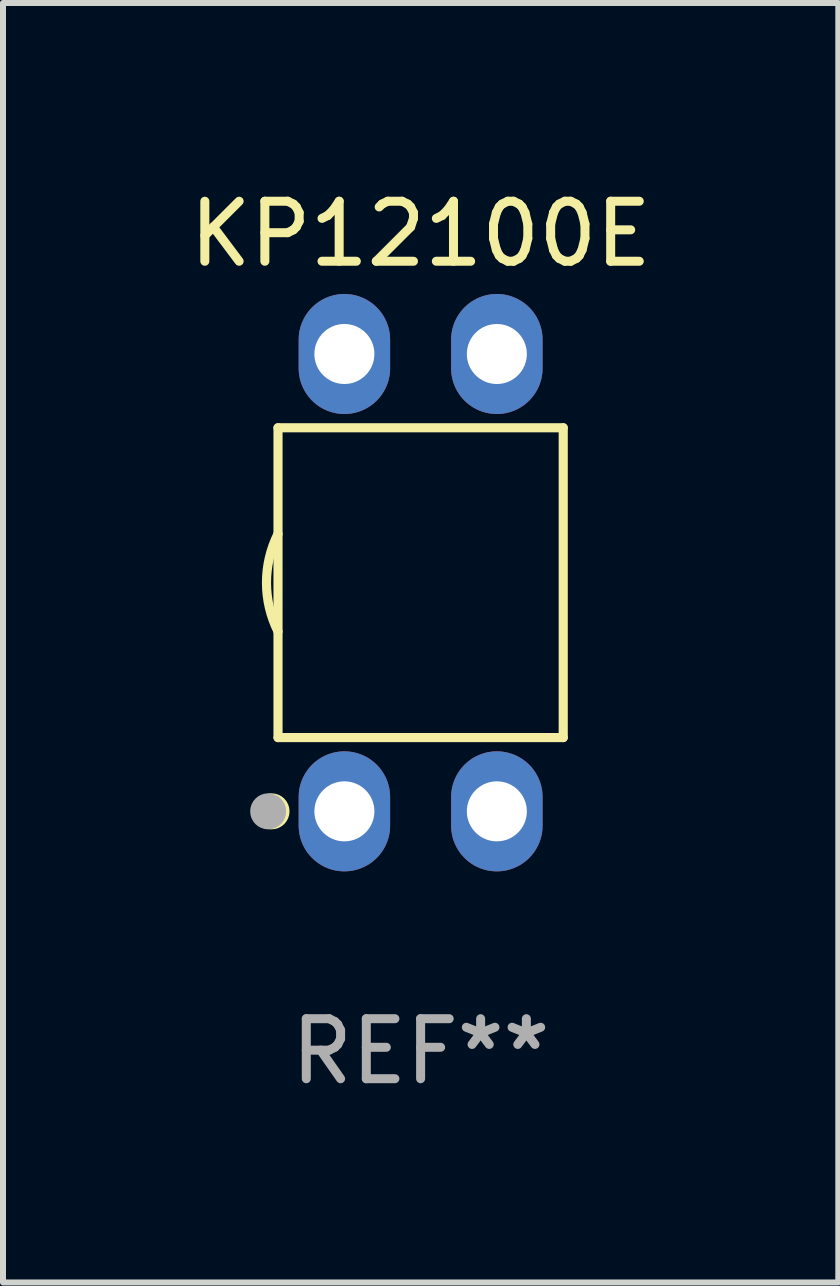
<source format=kicad_pcb>
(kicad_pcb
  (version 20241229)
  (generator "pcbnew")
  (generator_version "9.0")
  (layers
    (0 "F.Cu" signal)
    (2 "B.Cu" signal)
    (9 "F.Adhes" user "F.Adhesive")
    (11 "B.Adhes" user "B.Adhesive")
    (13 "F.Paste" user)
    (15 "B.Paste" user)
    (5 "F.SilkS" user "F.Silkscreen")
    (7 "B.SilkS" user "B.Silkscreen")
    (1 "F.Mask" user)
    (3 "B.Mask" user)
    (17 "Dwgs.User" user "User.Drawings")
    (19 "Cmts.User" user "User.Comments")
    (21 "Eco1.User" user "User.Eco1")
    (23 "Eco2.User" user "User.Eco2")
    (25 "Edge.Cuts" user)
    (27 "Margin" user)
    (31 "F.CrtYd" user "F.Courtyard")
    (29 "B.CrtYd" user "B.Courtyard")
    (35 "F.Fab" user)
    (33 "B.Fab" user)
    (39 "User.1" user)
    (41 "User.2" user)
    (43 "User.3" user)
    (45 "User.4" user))
  (footprint "KP12100E"
    (layer "F.Cu")
    (at 3.958 6.658)
    (property "Reference" "KP12100E" (at 0 -5.81 0) (layer "F.SilkS") (effects (font (size 1 1) (thickness 0.15))))
    (attr through_hole)
    (fp_line (start -2.376 -2.581) (end 2.376 -2.581) (stroke (width 0.152) (type solid)) (layer "F.SilkS"))
    (fp_line (start -2.376 2.581) (end -2.376 -2.581) (stroke (width 0.152) (type solid)) (layer "F.SilkS"))
    (fp_line (start 2.376 -2.581) (end 2.376 2.581) (stroke (width 0.152) (type solid)) (layer "F.SilkS"))
    (fp_line (start 2.376 2.581) (end -2.376 2.581) (stroke (width 0.152) (type solid)) (layer "F.SilkS"))
    (fp_arc (start -2.3762 0.812496) (mid -2.568004 0) (end -2.3762 -0.812497) (stroke (width 0.1524) (type solid)) (layer "F.SilkS"))
    (fp_circle (center -2.484 3.81) (end -2.334 3.81) (stroke (width 0.3) (type solid)) (fill no) (layer "F.SilkS"))
    (fp_circle (center -2.3 3.935) (end -2.27 3.935) (stroke (width 0.06) (type solid)) (fill no) (layer "F.SilkS"))
    (fp_circle (center -2.54 3.81) (end -2.39 3.81) (stroke (width 0.3) (type solid)) (fill no) (layer "F.Fab"))
    (fp_text user "REF**" (at 0 7.81 0) (layer "F.Fab") (effects (font (size 1 1) (thickness 0.15))))
    (pad "1" thru_hole oval (at -1.27 3.81) (size 1.524 2) (drill 1) (layers "*.Cu" "*.Mask"))
    (pad "2" thru_hole oval (at 1.27 3.81) (size 1.524 2) (drill 1) (layers "*.Cu" "*.Mask"))
    (pad "3" thru_hole oval (at 1.27 -3.81) (size 1.524 2) (drill 1) (layers "*.Cu" "*.Mask"))
    (pad "4" thru_hole oval (at -1.27 -3.81) (size 1.524 2) (drill 1) (layers "*.Cu" "*.Mask")))
  (gr_rect
    (start -3 -3)
    (end 10.917 18.317)
    (stroke (width 0.1) (type default))
    (fill no)
    (layer "Edge.Cuts")))
</source>
